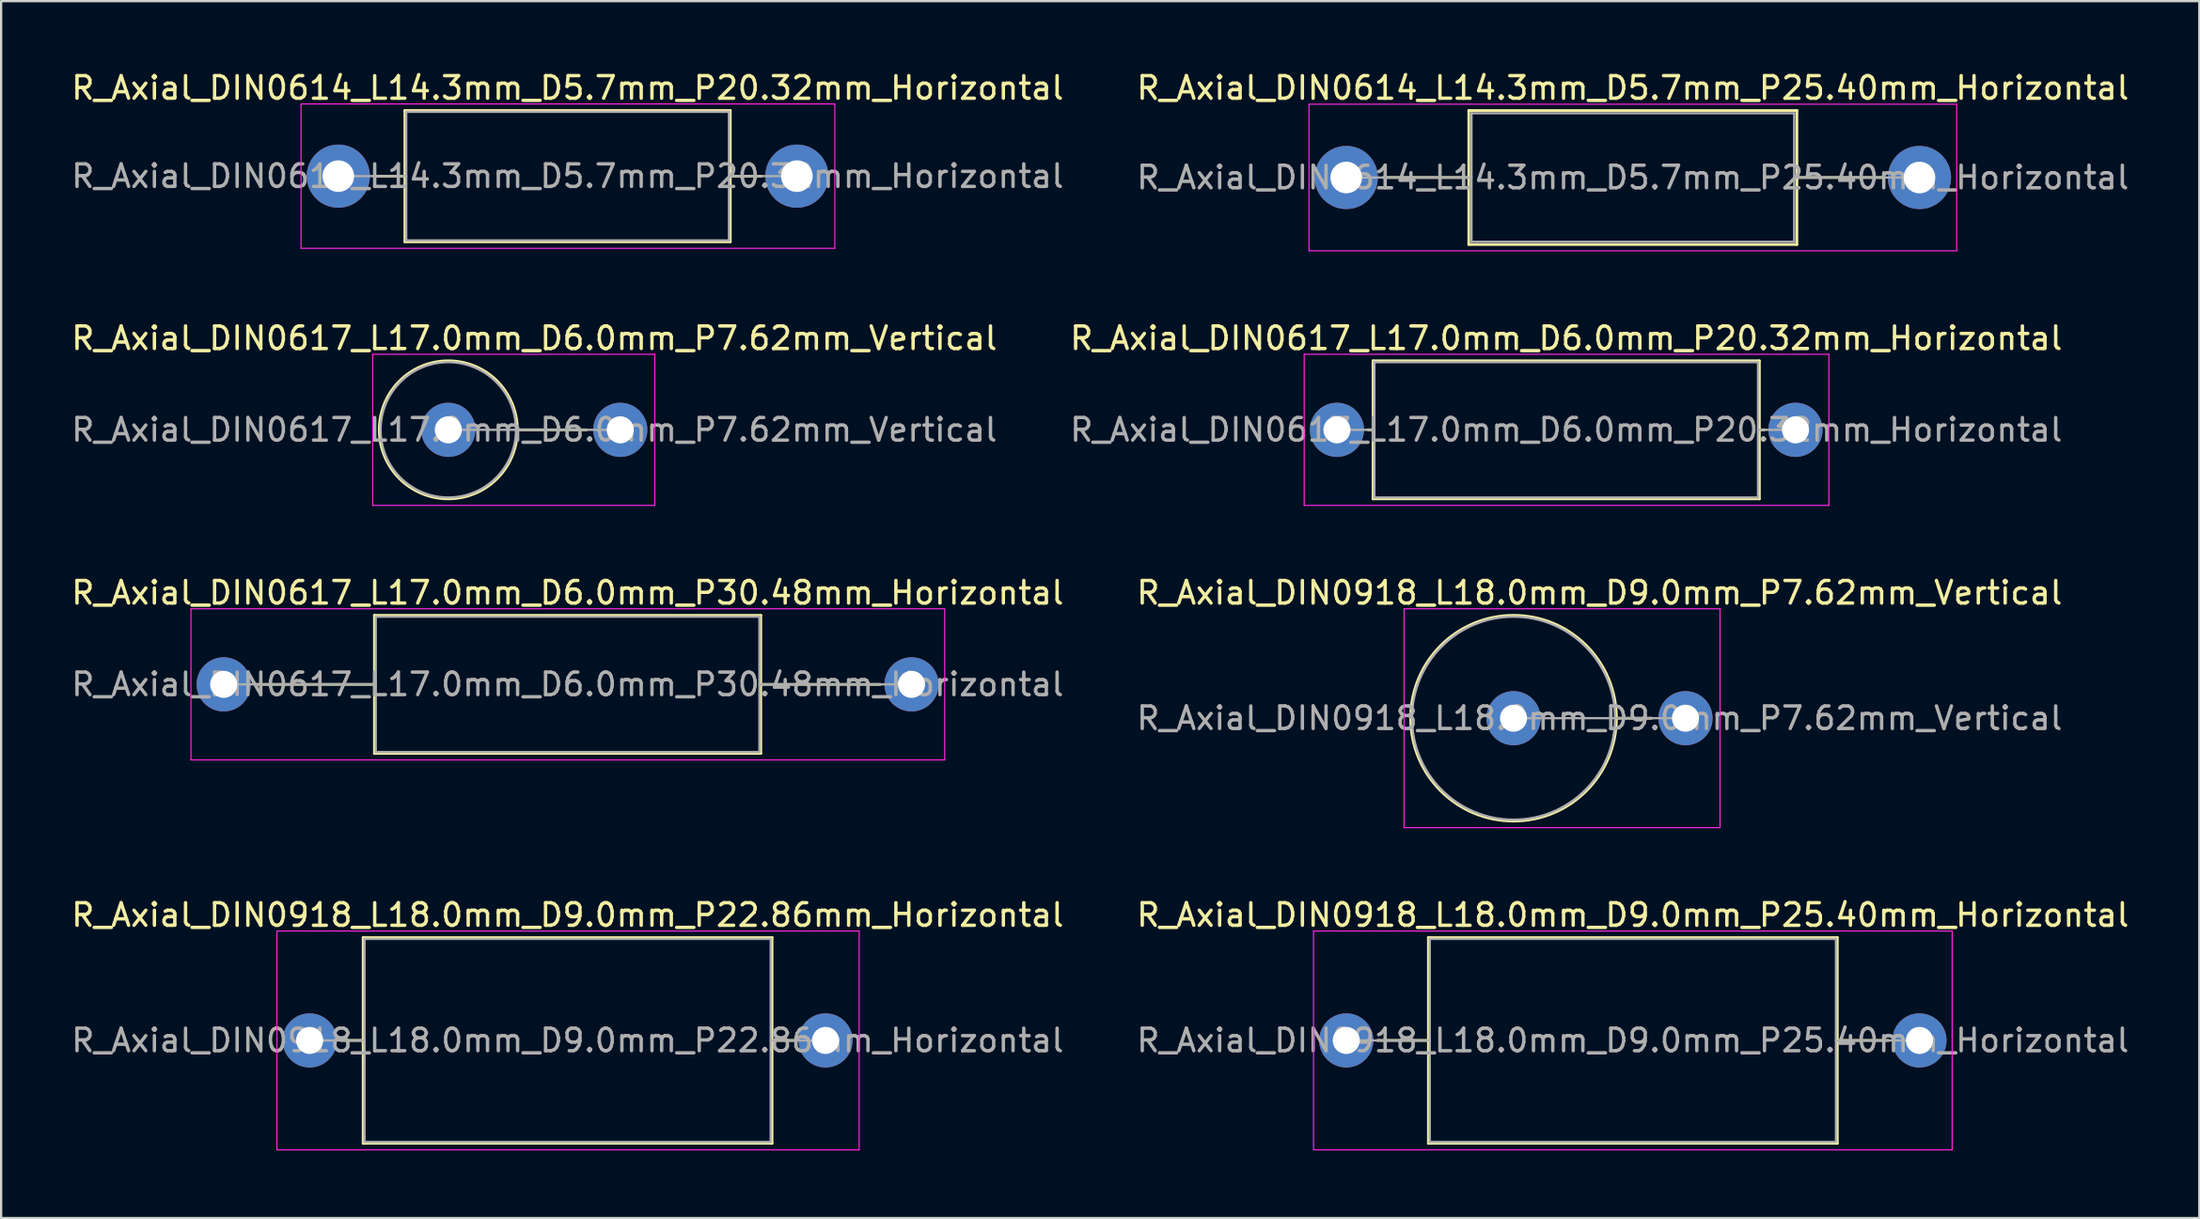
<source format=kicad_pcb>
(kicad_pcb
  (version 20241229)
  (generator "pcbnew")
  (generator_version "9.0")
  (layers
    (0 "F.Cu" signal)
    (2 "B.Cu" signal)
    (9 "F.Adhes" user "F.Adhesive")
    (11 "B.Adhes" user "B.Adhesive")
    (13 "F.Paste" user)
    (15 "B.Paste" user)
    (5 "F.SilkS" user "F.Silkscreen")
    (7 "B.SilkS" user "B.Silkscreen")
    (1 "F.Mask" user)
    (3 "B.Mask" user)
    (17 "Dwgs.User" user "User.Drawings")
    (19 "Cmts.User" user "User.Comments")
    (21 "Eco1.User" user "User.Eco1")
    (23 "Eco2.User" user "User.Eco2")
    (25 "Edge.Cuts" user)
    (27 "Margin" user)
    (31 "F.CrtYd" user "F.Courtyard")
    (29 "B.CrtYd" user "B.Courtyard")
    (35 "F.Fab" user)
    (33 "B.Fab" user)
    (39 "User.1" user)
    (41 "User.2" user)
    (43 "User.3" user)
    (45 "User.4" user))
  (footprint "R_Axial_DIN0614_L14.3mm_D5.7mm_P20.32mm_Horizontal"
    (layer "F.Cu")
    (at 11.941 4.758)
    (property "Reference" "R_Axial_DIN0614_L14.3mm_D5.7mm_P20.32mm_Horizontal" (at 10.16 -3.91 0) (layer "F.SilkS") (effects (font (size 1 1) (thickness 0.15))))
    (attr through_hole)
    (fp_line (start 1.58 0) (end 2.95 0) (stroke (width 0.12) (type solid)) (layer "F.SilkS"))
    (fp_line (start 2.95 -2.91) (end 2.95 2.91) (stroke (width 0.12) (type solid)) (layer "F.SilkS"))
    (fp_line (start 2.95 2.91) (end 17.37 2.91) (stroke (width 0.12) (type solid)) (layer "F.SilkS"))
    (fp_line (start 17.37 -2.91) (end 2.95 -2.91) (stroke (width 0.12) (type solid)) (layer "F.SilkS"))
    (fp_line (start 17.37 2.91) (end 17.37 -2.91) (stroke (width 0.12) (type solid)) (layer "F.SilkS"))
    (fp_line (start 18.74 0) (end 17.37 0) (stroke (width 0.12) (type solid)) (layer "F.SilkS"))
    (fp_line (start -1.65 -3.2) (end -1.65 3.2) (stroke (width 0.05) (type solid)) (layer "F.CrtYd"))
    (fp_line (start -1.65 3.2) (end 22 3.2) (stroke (width 0.05) (type solid)) (layer "F.CrtYd"))
    (fp_line (start 22 -3.2) (end -1.65 -3.2) (stroke (width 0.05) (type solid)) (layer "F.CrtYd"))
    (fp_line (start 22 3.2) (end 22 -3.2) (stroke (width 0.05) (type solid)) (layer "F.CrtYd"))
    (fp_line (start 0 0) (end 3.01 0) (stroke (width 0.1) (type solid)) (layer "F.Fab"))
    (fp_line (start 3.01 -2.85) (end 3.01 2.85) (stroke (width 0.1) (type solid)) (layer "F.Fab"))
    (fp_line (start 3.01 2.85) (end 17.31 2.85) (stroke (width 0.1) (type solid)) (layer "F.Fab"))
    (fp_line (start 17.31 -2.85) (end 3.01 -2.85) (stroke (width 0.1) (type solid)) (layer "F.Fab"))
    (fp_line (start 17.31 2.85) (end 17.31 -2.85) (stroke (width 0.1) (type solid)) (layer "F.Fab"))
    (fp_line (start 20.32 0) (end 17.31 0) (stroke (width 0.1) (type solid)) (layer "F.Fab"))
    (fp_text user "${REFERENCE}" (at 10.16 0 0) (layer "F.Fab") (effects (font (size 1 1) (thickness 0.15))))
    (pad "1" thru_hole circle (at 0 0) (size 2.8 2.8) (drill 1.4) (layers "*.Cu" "*.Mask"))
    (pad "2" thru_hole oval (at 20.32 0) (size 2.8 2.8) (drill 1.4) (layers "*.Cu" "*.Mask")))
  (footprint "R_Axial_DIN0918_L18.0mm_D9.0mm_P22.86mm_Horizontal"
    (layer "F.Cu")
    (at 10.671 43.068)
    (property "Reference" "R_Axial_DIN0918_L18.0mm_D9.0mm_P22.86mm_Horizontal" (at 11.43 -5.56 0) (layer "F.SilkS") (effects (font (size 1 1) (thickness 0.15))))
    (attr through_hole)
    (fp_line (start 1.38 0) (end 2.37 0) (stroke (width 0.12) (type solid)) (layer "F.SilkS"))
    (fp_line (start 2.37 -4.56) (end 2.37 4.56) (stroke (width 0.12) (type solid)) (layer "F.SilkS"))
    (fp_line (start 2.37 4.56) (end 20.49 4.56) (stroke (width 0.12) (type solid)) (layer "F.SilkS"))
    (fp_line (start 20.49 -4.56) (end 2.37 -4.56) (stroke (width 0.12) (type solid)) (layer "F.SilkS"))
    (fp_line (start 20.49 4.56) (end 20.49 -4.56) (stroke (width 0.12) (type solid)) (layer "F.SilkS"))
    (fp_line (start 21.48 0) (end 20.49 0) (stroke (width 0.12) (type solid)) (layer "F.SilkS"))
    (fp_line (start -1.45 -4.85) (end -1.45 4.85) (stroke (width 0.05) (type solid)) (layer "F.CrtYd"))
    (fp_line (start -1.45 4.85) (end 24.35 4.85) (stroke (width 0.05) (type solid)) (layer "F.CrtYd"))
    (fp_line (start 24.35 -4.85) (end -1.45 -4.85) (stroke (width 0.05) (type solid)) (layer "F.CrtYd"))
    (fp_line (start 24.35 4.85) (end 24.35 -4.85) (stroke (width 0.05) (type solid)) (layer "F.CrtYd"))
    (fp_line (start 0 0) (end 2.43 0) (stroke (width 0.1) (type solid)) (layer "F.Fab"))
    (fp_line (start 2.43 -4.5) (end 2.43 4.5) (stroke (width 0.1) (type solid)) (layer "F.Fab"))
    (fp_line (start 2.43 4.5) (end 20.43 4.5) (stroke (width 0.1) (type solid)) (layer "F.Fab"))
    (fp_line (start 20.43 -4.5) (end 2.43 -4.5) (stroke (width 0.1) (type solid)) (layer "F.Fab"))
    (fp_line (start 20.43 4.5) (end 20.43 -4.5) (stroke (width 0.1) (type solid)) (layer "F.Fab"))
    (fp_line (start 22.86 0) (end 20.43 0) (stroke (width 0.1) (type solid)) (layer "F.Fab"))
    (fp_text user "${REFERENCE}" (at 11.43 0 0) (layer "F.Fab") (effects (font (size 1 1) (thickness 0.15))))
    (pad "1" thru_hole circle (at 0 0) (size 2.4 2.4) (drill 1.2) (layers "*.Cu" "*.Mask"))
    (pad "2" thru_hole oval (at 22.86 0) (size 2.4 2.4) (drill 1.2) (layers "*.Cu" "*.Mask")))
  (footprint "R_Axial_DIN0614_L14.3mm_D5.7mm_P25.40mm_Horizontal"
    (layer "F.Cu")
    (at 56.604 4.818)
    (property "Reference" "R_Axial_DIN0614_L14.3mm_D5.7mm_P25.40mm_Horizontal" (at 12.7 -3.97 0) (layer "F.SilkS") (effects (font (size 1 1) (thickness 0.15))))
    (attr through_hole)
    (fp_line (start 1.64 0) (end 5.43 0) (stroke (width 0.12) (type solid)) (layer "F.SilkS"))
    (fp_line (start 5.43 -2.97) (end 5.43 2.97) (stroke (width 0.12) (type solid)) (layer "F.SilkS"))
    (fp_line (start 5.43 2.97) (end 19.97 2.97) (stroke (width 0.12) (type solid)) (layer "F.SilkS"))
    (fp_line (start 19.97 -2.97) (end 5.43 -2.97) (stroke (width 0.12) (type solid)) (layer "F.SilkS"))
    (fp_line (start 19.97 2.97) (end 19.97 -2.97) (stroke (width 0.12) (type solid)) (layer "F.SilkS"))
    (fp_line (start 23.76 0) (end 19.97 0) (stroke (width 0.12) (type solid)) (layer "F.SilkS"))
    (fp_line (start -1.65 -3.25) (end -1.65 3.25) (stroke (width 0.05) (type solid)) (layer "F.CrtYd"))
    (fp_line (start -1.65 3.25) (end 27.05 3.25) (stroke (width 0.05) (type solid)) (layer "F.CrtYd"))
    (fp_line (start 27.05 -3.25) (end -1.65 -3.25) (stroke (width 0.05) (type solid)) (layer "F.CrtYd"))
    (fp_line (start 27.05 3.25) (end 27.05 -3.25) (stroke (width 0.05) (type solid)) (layer "F.CrtYd"))
    (fp_line (start 0 0) (end 5.55 0) (stroke (width 0.1) (type solid)) (layer "F.Fab"))
    (fp_line (start 5.55 -2.85) (end 5.55 2.85) (stroke (width 0.1) (type solid)) (layer "F.Fab"))
    (fp_line (start 5.55 2.85) (end 19.85 2.85) (stroke (width 0.1) (type solid)) (layer "F.Fab"))
    (fp_line (start 19.85 -2.85) (end 5.55 -2.85) (stroke (width 0.1) (type solid)) (layer "F.Fab"))
    (fp_line (start 19.85 2.85) (end 19.85 -2.85) (stroke (width 0.1) (type solid)) (layer "F.Fab"))
    (fp_line (start 25.4 0) (end 19.85 0) (stroke (width 0.1) (type solid)) (layer "F.Fab"))
    (fp_text user "${REFERENCE}" (at 12.7 0 0) (layer "F.Fab") (effects (font (size 1 1) (thickness 0.15))))
    (pad "1" thru_hole circle (at 0 0) (size 2.8 2.8) (drill 1.4) (layers "*.Cu" "*.Mask"))
    (pad "2" thru_hole oval (at 25.4 0) (size 2.8 2.8) (drill 1.4) (layers "*.Cu" "*.Mask")))
  (footprint "R_Axial_DIN0617_L17.0mm_D6.0mm_P30.48mm_Horizontal"
    (layer "F.Cu")
    (at 6.861 27.285)
    (property "Reference" "R_Axial_DIN0617_L17.0mm_D6.0mm_P30.48mm_Horizontal" (at 15.24 -4.06 0) (layer "F.SilkS") (effects (font (size 1 1) (thickness 0.15))))
    (attr through_hole)
    (fp_line (start 1.38 0) (end 6.68 0) (stroke (width 0.12) (type solid)) (layer "F.SilkS"))
    (fp_line (start 6.68 -3.06) (end 6.68 3.06) (stroke (width 0.12) (type solid)) (layer "F.SilkS"))
    (fp_line (start 6.68 3.06) (end 23.8 3.06) (stroke (width 0.12) (type solid)) (layer "F.SilkS"))
    (fp_line (start 23.8 -3.06) (end 6.68 -3.06) (stroke (width 0.12) (type solid)) (layer "F.SilkS"))
    (fp_line (start 23.8 3.06) (end 23.8 -3.06) (stroke (width 0.12) (type solid)) (layer "F.SilkS"))
    (fp_line (start 29.1 0) (end 23.8 0) (stroke (width 0.12) (type solid)) (layer "F.SilkS"))
    (fp_line (start -1.45 -3.35) (end -1.45 3.35) (stroke (width 0.05) (type solid)) (layer "F.CrtYd"))
    (fp_line (start -1.45 3.35) (end 31.95 3.35) (stroke (width 0.05) (type solid)) (layer "F.CrtYd"))
    (fp_line (start 31.95 -3.35) (end -1.45 -3.35) (stroke (width 0.05) (type solid)) (layer "F.CrtYd"))
    (fp_line (start 31.95 3.35) (end 31.95 -3.35) (stroke (width 0.05) (type solid)) (layer "F.CrtYd"))
    (fp_line (start 0 0) (end 6.74 0) (stroke (width 0.1) (type solid)) (layer "F.Fab"))
    (fp_line (start 6.74 -3) (end 6.74 3) (stroke (width 0.1) (type solid)) (layer "F.Fab"))
    (fp_line (start 6.74 3) (end 23.74 3) (stroke (width 0.1) (type solid)) (layer "F.Fab"))
    (fp_line (start 23.74 -3) (end 6.74 -3) (stroke (width 0.1) (type solid)) (layer "F.Fab"))
    (fp_line (start 23.74 3) (end 23.74 -3) (stroke (width 0.1) (type solid)) (layer "F.Fab"))
    (fp_line (start 30.48 0) (end 23.74 0) (stroke (width 0.1) (type solid)) (layer "F.Fab"))
    (fp_text user "${REFERENCE}" (at 15.24 0 0) (layer "F.Fab") (effects (font (size 1 1) (thickness 0.15))))
    (pad "1" thru_hole circle (at 0 0) (size 2.4 2.4) (drill 1.2) (layers "*.Cu" "*.Mask"))
    (pad "2" thru_hole oval (at 30.48 0) (size 2.4 2.4) (drill 1.2) (layers "*.Cu" "*.Mask")))
  (footprint "R_Axial_DIN0617_L17.0mm_D6.0mm_P20.32mm_Horizontal"
    (layer "F.Cu")
    (at 56.191 16.002)
    (property "Reference" "R_Axial_DIN0617_L17.0mm_D6.0mm_P20.32mm_Horizontal" (at 10.16 -4.06 0) (layer "F.SilkS") (effects (font (size 1 1) (thickness 0.15))))
    (attr through_hole)
    (fp_line (start 1.38 0) (end 1.6 0) (stroke (width 0.12) (type solid)) (layer "F.SilkS"))
    (fp_line (start 1.6 -3.06) (end 1.6 3.06) (stroke (width 0.12) (type solid)) (layer "F.SilkS"))
    (fp_line (start 1.6 3.06) (end 18.72 3.06) (stroke (width 0.12) (type solid)) (layer "F.SilkS"))
    (fp_line (start 18.72 -3.06) (end 1.6 -3.06) (stroke (width 0.12) (type solid)) (layer "F.SilkS"))
    (fp_line (start 18.72 3.06) (end 18.72 -3.06) (stroke (width 0.12) (type solid)) (layer "F.SilkS"))
    (fp_line (start 18.94 0) (end 18.72 0) (stroke (width 0.12) (type solid)) (layer "F.SilkS"))
    (fp_line (start -1.45 -3.35) (end -1.45 3.35) (stroke (width 0.05) (type solid)) (layer "F.CrtYd"))
    (fp_line (start -1.45 3.35) (end 21.8 3.35) (stroke (width 0.05) (type solid)) (layer "F.CrtYd"))
    (fp_line (start 21.8 -3.35) (end -1.45 -3.35) (stroke (width 0.05) (type solid)) (layer "F.CrtYd"))
    (fp_line (start 21.8 3.35) (end 21.8 -3.35) (stroke (width 0.05) (type solid)) (layer "F.CrtYd"))
    (fp_line (start 0 0) (end 1.66 0) (stroke (width 0.1) (type solid)) (layer "F.Fab"))
    (fp_line (start 1.66 -3) (end 1.66 3) (stroke (width 0.1) (type solid)) (layer "F.Fab"))
    (fp_line (start 1.66 3) (end 18.66 3) (stroke (width 0.1) (type solid)) (layer "F.Fab"))
    (fp_line (start 18.66 -3) (end 1.66 -3) (stroke (width 0.1) (type solid)) (layer "F.Fab"))
    (fp_line (start 18.66 3) (end 18.66 -3) (stroke (width 0.1) (type solid)) (layer "F.Fab"))
    (fp_line (start 20.32 0) (end 18.66 0) (stroke (width 0.1) (type solid)) (layer "F.Fab"))
    (fp_text user "${REFERENCE}" (at 10.16 0 0) (layer "F.Fab") (effects (font (size 1 1) (thickness 0.15))))
    (pad "1" thru_hole circle (at 0 0) (size 2.4 2.4) (drill 1.2) (layers "*.Cu" "*.Mask"))
    (pad "2" thru_hole oval (at 20.32 0) (size 2.4 2.4) (drill 1.2) (layers "*.Cu" "*.Mask")))
  (footprint "R_Axial_DIN0918_L18.0mm_D9.0mm_P7.62mm_Vertical"
    (layer "F.Cu")
    (at 64.017 28.785)
    (property "Reference" "R_Axial_DIN0918_L18.0mm_D9.0mm_P7.62mm_Vertical" (at 3.81 -5.56 0) (layer "F.SilkS") (effects (font (size 1 1) (thickness 0.15))))
    (attr through_hole)
    (fp_line (start 4.56 0) (end 6.12 0) (stroke (width 0.12) (type solid)) (layer "F.SilkS"))
    (fp_circle (center 0 0) (end 4.56 0) (stroke (width 0.12) (type solid)) (fill no) (layer "F.SilkS"))
    (fp_line (start -4.85 -4.85) (end -4.85 4.85) (stroke (width 0.05) (type solid)) (layer "F.CrtYd"))
    (fp_line (start -4.85 4.85) (end 9.15 4.85) (stroke (width 0.05) (type solid)) (layer "F.CrtYd"))
    (fp_line (start 9.15 -4.85) (end -4.85 -4.85) (stroke (width 0.05) (type solid)) (layer "F.CrtYd"))
    (fp_line (start 9.15 4.85) (end 9.15 -4.85) (stroke (width 0.05) (type solid)) (layer "F.CrtYd"))
    (fp_line (start 0 0) (end 7.62 0) (stroke (width 0.1) (type solid)) (layer "F.Fab"))
    (fp_circle (center 0 0) (end 4.5 0) (stroke (width 0.1) (type solid)) (fill no) (layer "F.Fab"))
    (fp_text user "${REFERENCE}" (at 3.81 0 0) (layer "F.Fab") (effects (font (size 1 1) (thickness 0.15))))
    (pad "1" thru_hole circle (at 0 0) (size 2.4 2.4) (drill 1.2) (layers "*.Cu" "*.Mask"))
    (pad "2" thru_hole oval (at 7.62 0) (size 2.4 2.4) (drill 1.2) (layers "*.Cu" "*.Mask")))
  (footprint "R_Axial_DIN0918_L18.0mm_D9.0mm_P25.40mm_Horizontal"
    (layer "F.Cu")
    (at 56.604 43.068)
    (property "Reference" "R_Axial_DIN0918_L18.0mm_D9.0mm_P25.40mm_Horizontal" (at 12.7 -5.56 0) (layer "F.SilkS") (effects (font (size 1 1) (thickness 0.15))))
    (attr through_hole)
    (fp_line (start 1.38 0) (end 3.64 0) (stroke (width 0.12) (type solid)) (layer "F.SilkS"))
    (fp_line (start 3.64 -4.56) (end 3.64 4.56) (stroke (width 0.12) (type solid)) (layer "F.SilkS"))
    (fp_line (start 3.64 4.56) (end 21.76 4.56) (stroke (width 0.12) (type solid)) (layer "F.SilkS"))
    (fp_line (start 21.76 -4.56) (end 3.64 -4.56) (stroke (width 0.12) (type solid)) (layer "F.SilkS"))
    (fp_line (start 21.76 4.56) (end 21.76 -4.56) (stroke (width 0.12) (type solid)) (layer "F.SilkS"))
    (fp_line (start 24.02 0) (end 21.76 0) (stroke (width 0.12) (type solid)) (layer "F.SilkS"))
    (fp_line (start -1.45 -4.85) (end -1.45 4.85) (stroke (width 0.05) (type solid)) (layer "F.CrtYd"))
    (fp_line (start -1.45 4.85) (end 26.85 4.85) (stroke (width 0.05) (type solid)) (layer "F.CrtYd"))
    (fp_line (start 26.85 -4.85) (end -1.45 -4.85) (stroke (width 0.05) (type solid)) (layer "F.CrtYd"))
    (fp_line (start 26.85 4.85) (end 26.85 -4.85) (stroke (width 0.05) (type solid)) (layer "F.CrtYd"))
    (fp_line (start 0 0) (end 3.7 0) (stroke (width 0.1) (type solid)) (layer "F.Fab"))
    (fp_line (start 3.7 -4.5) (end 3.7 4.5) (stroke (width 0.1) (type solid)) (layer "F.Fab"))
    (fp_line (start 3.7 4.5) (end 21.7 4.5) (stroke (width 0.1) (type solid)) (layer "F.Fab"))
    (fp_line (start 21.7 -4.5) (end 3.7 -4.5) (stroke (width 0.1) (type solid)) (layer "F.Fab"))
    (fp_line (start 21.7 4.5) (end 21.7 -4.5) (stroke (width 0.1) (type solid)) (layer "F.Fab"))
    (fp_line (start 25.4 0) (end 21.7 0) (stroke (width 0.1) (type solid)) (layer "F.Fab"))
    (fp_text user "${REFERENCE}" (at 12.7 0 0) (layer "F.Fab") (effects (font (size 1 1) (thickness 0.15))))
    (pad "1" thru_hole circle (at 0 0) (size 2.4 2.4) (drill 1.2) (layers "*.Cu" "*.Mask"))
    (pad "2" thru_hole oval (at 25.4 0) (size 2.4 2.4) (drill 1.2) (layers "*.Cu" "*.Mask")))
  (footprint "R_Axial_DIN0617_L17.0mm_D6.0mm_P7.62mm_Vertical"
    (layer "F.Cu")
    (at 16.815 16.002)
    (property "Reference" "R_Axial_DIN0617_L17.0mm_D6.0mm_P7.62mm_Vertical" (at 3.81 -4.06 0) (layer "F.SilkS") (effects (font (size 1 1) (thickness 0.15))))
    (attr through_hole)
    (fp_line (start 3.06 0) (end 6.12 0) (stroke (width 0.12) (type solid)) (layer "F.SilkS"))
    (fp_circle (center 0 0) (end 3.06 0) (stroke (width 0.12) (type solid)) (fill no) (layer "F.SilkS"))
    (fp_line (start -3.35 -3.35) (end -3.35 3.35) (stroke (width 0.05) (type solid)) (layer "F.CrtYd"))
    (fp_line (start -3.35 3.35) (end 9.15 3.35) (stroke (width 0.05) (type solid)) (layer "F.CrtYd"))
    (fp_line (start 9.15 -3.35) (end -3.35 -3.35) (stroke (width 0.05) (type solid)) (layer "F.CrtYd"))
    (fp_line (start 9.15 3.35) (end 9.15 -3.35) (stroke (width 0.05) (type solid)) (layer "F.CrtYd"))
    (fp_line (start 0 0) (end 7.62 0) (stroke (width 0.1) (type solid)) (layer "F.Fab"))
    (fp_circle (center 0 0) (end 3 0) (stroke (width 0.1) (type solid)) (fill no) (layer "F.Fab"))
    (fp_text user "${REFERENCE}" (at 3.81 0 0) (layer "F.Fab") (effects (font (size 1 1) (thickness 0.15))))
    (pad "1" thru_hole circle (at 0 0) (size 2.4 2.4) (drill 1.2) (layers "*.Cu" "*.Mask"))
    (pad "2" thru_hole oval (at 7.62 0) (size 2.4 2.4) (drill 1.2) (layers "*.Cu" "*.Mask")))
  (gr_rect
    (start -3 -3)
    (end 94.405 50.943)
    (stroke (width 0.1) (type default))
    (fill no)
    (layer "Edge.Cuts")))
</source>
